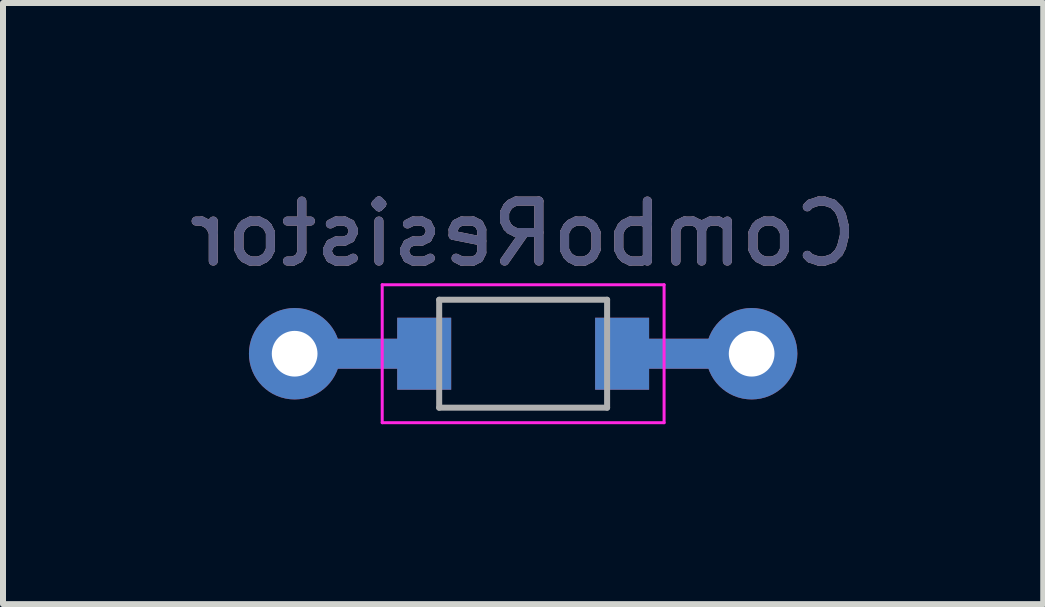
<source format=kicad_pcb>
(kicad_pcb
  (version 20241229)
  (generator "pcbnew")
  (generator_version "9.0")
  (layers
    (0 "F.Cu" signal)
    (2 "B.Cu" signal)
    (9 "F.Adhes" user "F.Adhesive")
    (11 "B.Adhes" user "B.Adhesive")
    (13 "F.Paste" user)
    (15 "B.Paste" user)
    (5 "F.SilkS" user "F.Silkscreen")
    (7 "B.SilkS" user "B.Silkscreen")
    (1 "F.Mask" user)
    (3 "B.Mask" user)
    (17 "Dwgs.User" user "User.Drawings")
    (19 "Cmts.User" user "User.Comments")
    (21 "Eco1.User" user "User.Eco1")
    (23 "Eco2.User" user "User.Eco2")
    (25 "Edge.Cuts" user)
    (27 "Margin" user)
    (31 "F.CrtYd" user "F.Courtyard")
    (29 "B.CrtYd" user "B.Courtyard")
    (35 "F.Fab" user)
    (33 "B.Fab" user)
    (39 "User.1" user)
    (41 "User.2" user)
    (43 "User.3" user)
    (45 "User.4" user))
  (footprint "ComboResistor"
    (layer "F.Cu")
    (at 5.673 2.848)
    (property "Reference" "ComboResistor" (at 0 -2 0) (layer "B.SilkS") (effects (font (size 1 1) (thickness 0.15)) (justify mirror)))
    (attr smd)
    (fp_line (start -2.35 -1.15) (end -2.35 1.15) (stroke (width 0.05) (type solid)) (layer "F.CrtYd"))
    (fp_line (start -2.35 -1.15) (end 2.35 -1.15) (stroke (width 0.05) (type solid)) (layer "F.CrtYd"))
    (fp_line (start 2.35 -1.15) (end 2.35 1.15) (stroke (width 0.05) (type solid)) (layer "F.CrtYd"))
    (fp_line (start 2.35 1.15) (end -2.35 1.15) (stroke (width 0.05) (type solid)) (layer "F.CrtYd"))
    (fp_line (start -1.4 -0.9) (end 1.4 -0.9) (stroke (width 0.1) (type solid)) (layer "F.Fab"))
    (fp_line (start -1.4 0.9) (end -1.4 -0.9) (stroke (width 0.1) (type solid)) (layer "F.Fab"))
    (fp_line (start 1.4 -0.9) (end 1.4 0.9) (stroke (width 0.1) (type solid)) (layer "F.Fab"))
    (fp_line (start 1.4 0.9) (end -1.4 0.9) (stroke (width 0.1) (type solid)) (layer "F.Fab"))
    (fp_text user "${REFERENCE}" (at 0 -2 0) (layer "B.Fab") (effects (font (size 1 1) (thickness 0.15)) (justify mirror)))
    (pad "" connect rect (at -2.54 0) (size 1.524 0.5) (layers "F.Cu"))
    (pad "" connect rect (at -2.54 0) (size 1.524 0.5) (layers "B.Cu"))
    (pad "" smd rect (at -1.65 0) (size 0.9 1.2) (layers "F.Cu" "F.Mask" "F.Paste"))
    (pad "" smd rect (at -1.65 0) (size 0.9 1.2) (layers "B.Cu" "B.Mask" "B.Paste"))
    (pad "" smd rect (at 1.65 0) (size 0.9 1.2) (layers "F.Cu" "F.Mask" "F.Paste"))
    (pad "" smd rect (at 1.65 0) (size 0.9 1.2) (layers "B.Cu" "B.Mask" "B.Paste"))
    (pad "" connect rect (at 2.54 0) (size 1.524 0.5) (layers "F.Cu"))
    (pad "" connect rect (at 2.54 0) (size 1.524 0.5) (layers "B.Cu"))
    (pad "1" thru_hole circle (at -3.81 0) (size 1.524 1.524) (drill 0.762) (layers "*.Cu" "*.Mask"))
    (pad "2" thru_hole circle (at 3.81 0) (size 1.524 1.524) (drill 0.762) (layers "*.Cu" "*.Mask")))
  (gr_rect
    (start -3 -3)
    (end 14.345 7.023)
    (stroke (width 0.1) (type default))
    (fill no)
    (layer "Edge.Cuts")))
</source>
